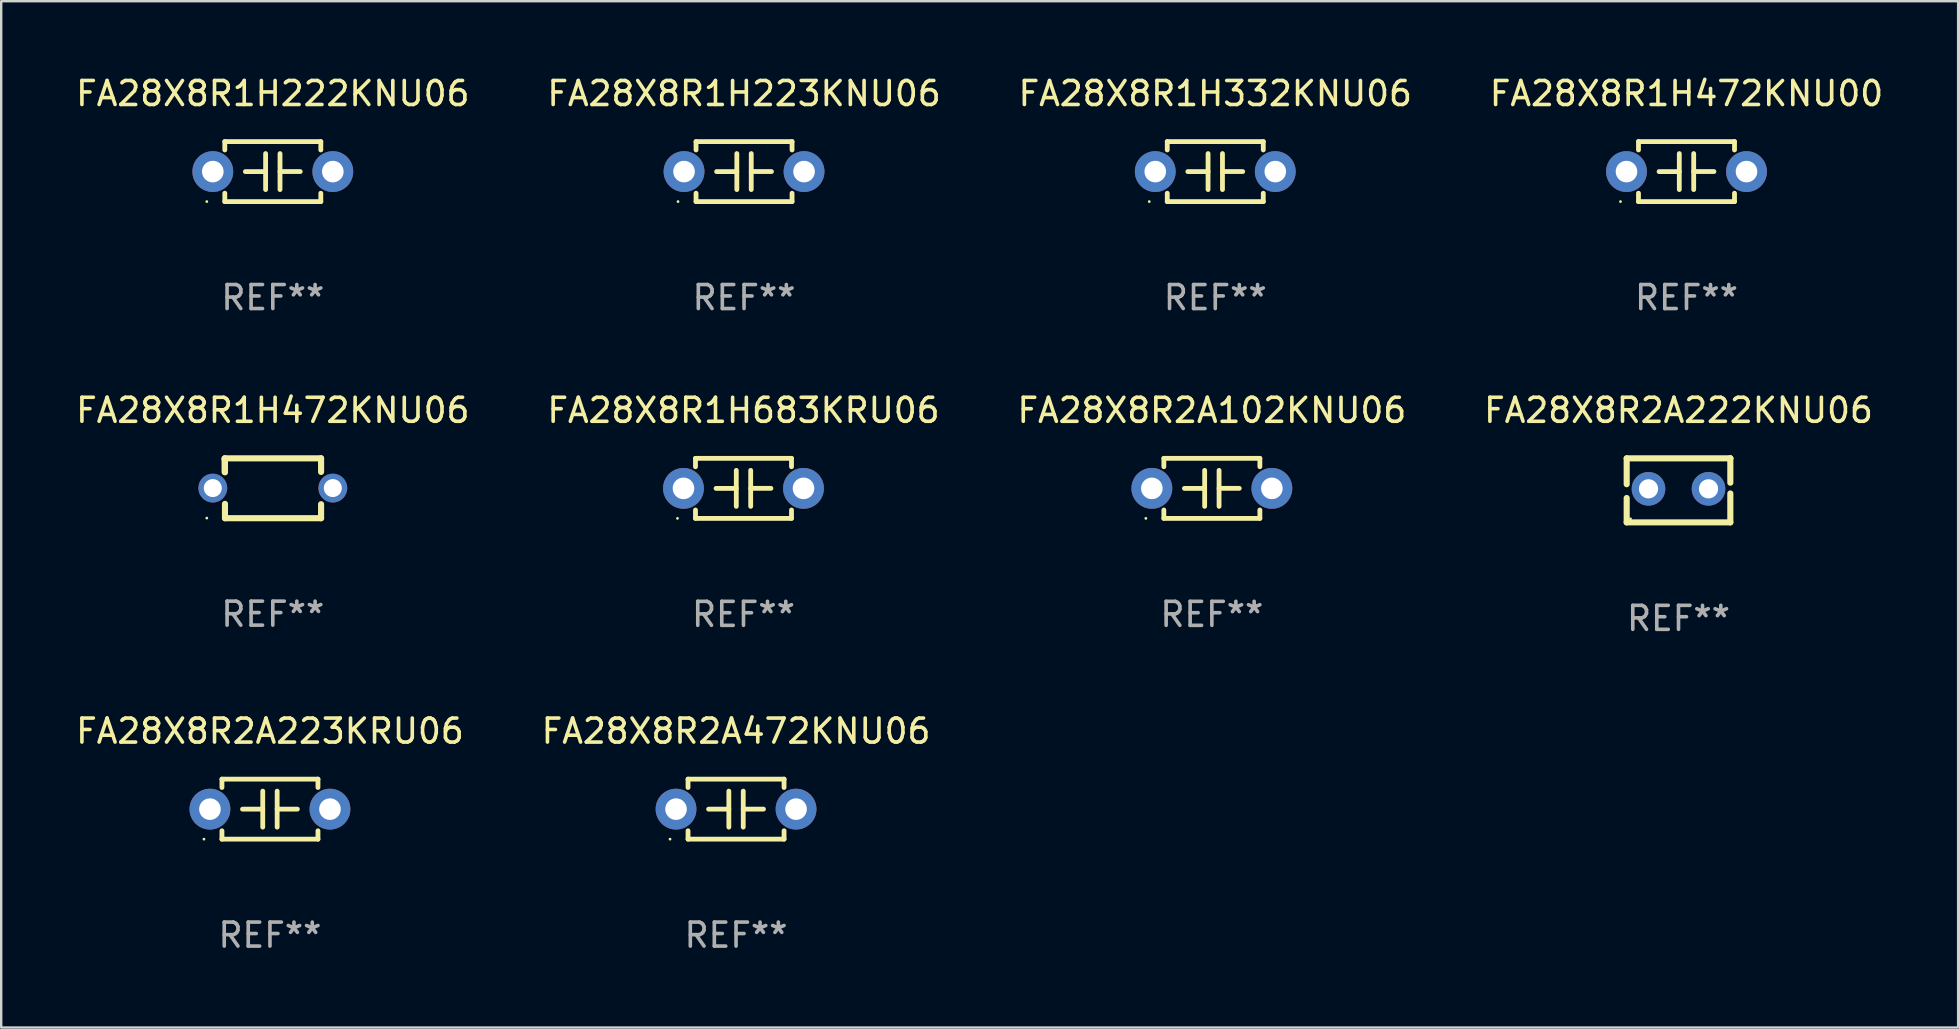
<source format=kicad_pcb>
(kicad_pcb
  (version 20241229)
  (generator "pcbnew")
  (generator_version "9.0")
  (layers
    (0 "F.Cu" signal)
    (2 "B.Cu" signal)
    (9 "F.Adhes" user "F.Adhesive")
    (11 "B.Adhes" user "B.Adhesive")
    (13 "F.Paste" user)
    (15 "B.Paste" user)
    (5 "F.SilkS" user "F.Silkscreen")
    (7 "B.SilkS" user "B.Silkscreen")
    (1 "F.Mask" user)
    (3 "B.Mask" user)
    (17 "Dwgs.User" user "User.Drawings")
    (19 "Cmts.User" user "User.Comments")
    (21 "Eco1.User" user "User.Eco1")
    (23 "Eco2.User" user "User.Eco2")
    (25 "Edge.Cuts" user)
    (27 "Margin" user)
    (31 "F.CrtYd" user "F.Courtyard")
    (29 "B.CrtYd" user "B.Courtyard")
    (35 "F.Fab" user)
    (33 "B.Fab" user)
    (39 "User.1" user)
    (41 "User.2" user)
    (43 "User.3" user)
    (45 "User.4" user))
  (footprint "FA28X8R2A223KRU06"
    (layer "F.Cu")
    (at 8.196 30.658)
    (property "Reference" "FA28X8R2A223KRU06" (at 0 -3.25 0) (layer "F.SilkS") (effects (font (size 1 1) (thickness 0.15))))
    (attr through_hole)
    (fp_line (start -2 -1.25) (end -2 -0.901) (stroke (width 0.2) (type solid)) (layer "F.SilkS"))
    (fp_line (start -2 -1.25) (end 2 -1.25) (stroke (width 0.2) (type solid)) (layer "F.SilkS"))
    (fp_line (start -2 0.901) (end -2 1.25) (stroke (width 0.2) (type solid)) (layer "F.SilkS"))
    (fp_line (start -0.3 -0.75) (end -0.3 0.75) (stroke (width 0.2) (type solid)) (layer "F.SilkS"))
    (fp_line (start -0.3 0.001) (end -1.143 0.001) (stroke (width 0.2) (type solid)) (layer "F.SilkS"))
    (fp_line (start 0.3 -0.001) (end 1.143 -0.001) (stroke (width 0.2) (type solid)) (layer "F.SilkS"))
    (fp_line (start 0.3 0.75) (end 0.3 -0.75) (stroke (width 0.2) (type solid)) (layer "F.SilkS"))
    (fp_line (start 2 -1.25) (end 2 -0.901) (stroke (width 0.2) (type solid)) (layer "F.SilkS"))
    (fp_line (start 2 0.901) (end 2 1.25) (stroke (width 0.2) (type solid)) (layer "F.SilkS"))
    (fp_line (start 2 1.25) (end -2 1.25) (stroke (width 0.2) (type solid)) (layer "F.SilkS"))
    (fp_circle (center -2.75 1.25) (end -2.72 1.25) (stroke (width 0.06) (type solid)) (fill no) (layer "F.SilkS"))
    (fp_text user "REF**" (at 0 5.25 0) (layer "F.Fab") (effects (font (size 1 1) (thickness 0.15))))
    (pad "1" thru_hole circle (at -2.5 0) (size 1.7 1.7) (drill 0.9) (layers "*.Cu" "*.Mask"))
    (pad "2" thru_hole circle (at 2.5 0) (size 1.7 1.7) (drill 0.9) (layers "*.Cu" "*.Mask")))
  (footprint "FA28X8R1H472KNU00"
    (layer "F.Cu")
    (at 67.208 4.098)
    (property "Reference" "FA28X8R1H472KNU00" (at 0 -3.25 0) (layer "F.SilkS") (effects (font (size 1 1) (thickness 0.15))))
    (attr through_hole)
    (fp_line (start -2 -1.25) (end -2 -0.901) (stroke (width 0.2) (type solid)) (layer "F.SilkS"))
    (fp_line (start -2 -1.25) (end 2 -1.25) (stroke (width 0.2) (type solid)) (layer "F.SilkS"))
    (fp_line (start -2 0.901) (end -2 1.25) (stroke (width 0.2) (type solid)) (layer "F.SilkS"))
    (fp_line (start -0.3 -0.75) (end -0.3 0.75) (stroke (width 0.2) (type solid)) (layer "F.SilkS"))
    (fp_line (start -0.3 0.001) (end -1.143 0.001) (stroke (width 0.2) (type solid)) (layer "F.SilkS"))
    (fp_line (start 0.3 -0.001) (end 1.143 -0.001) (stroke (width 0.2) (type solid)) (layer "F.SilkS"))
    (fp_line (start 0.3 0.75) (end 0.3 -0.75) (stroke (width 0.2) (type solid)) (layer "F.SilkS"))
    (fp_line (start 2 -1.25) (end 2 -0.901) (stroke (width 0.2) (type solid)) (layer "F.SilkS"))
    (fp_line (start 2 0.901) (end 2 1.25) (stroke (width 0.2) (type solid)) (layer "F.SilkS"))
    (fp_line (start 2 1.25) (end -2 1.25) (stroke (width 0.2) (type solid)) (layer "F.SilkS"))
    (fp_circle (center -2.75 1.25) (end -2.72 1.25) (stroke (width 0.06) (type solid)) (fill no) (layer "F.SilkS"))
    (fp_text user "REF**" (at 0 5.25 0) (layer "F.Fab") (effects (font (size 1 1) (thickness 0.15))))
    (pad "1" thru_hole circle (at -2.5 0) (size 1.7 1.7) (drill 0.9) (layers "*.Cu" "*.Mask"))
    (pad "2" thru_hole circle (at 2.5 0) (size 1.7 1.7) (drill 0.9) (layers "*.Cu" "*.Mask")))
  (footprint "FA28X8R2A472KNU06"
    (layer "F.Cu")
    (at 27.613 30.658)
    (property "Reference" "FA28X8R2A472KNU06" (at 0 -3.25 0) (layer "F.SilkS") (effects (font (size 1 1) (thickness 0.15))))
    (attr through_hole)
    (fp_line (start -2 -1.25) (end -2 -0.901) (stroke (width 0.2) (type solid)) (layer "F.SilkS"))
    (fp_line (start -2 -1.25) (end 2 -1.25) (stroke (width 0.2) (type solid)) (layer "F.SilkS"))
    (fp_line (start -2 0.901) (end -2 1.25) (stroke (width 0.2) (type solid)) (layer "F.SilkS"))
    (fp_line (start -0.3 -0.75) (end -0.3 0.75) (stroke (width 0.2) (type solid)) (layer "F.SilkS"))
    (fp_line (start -0.3 0.001) (end -1.143 0.001) (stroke (width 0.2) (type solid)) (layer "F.SilkS"))
    (fp_line (start 0.3 -0.001) (end 1.143 -0.001) (stroke (width 0.2) (type solid)) (layer "F.SilkS"))
    (fp_line (start 0.3 0.75) (end 0.3 -0.75) (stroke (width 0.2) (type solid)) (layer "F.SilkS"))
    (fp_line (start 2 -1.25) (end 2 -0.901) (stroke (width 0.2) (type solid)) (layer "F.SilkS"))
    (fp_line (start 2 0.901) (end 2 1.25) (stroke (width 0.2) (type solid)) (layer "F.SilkS"))
    (fp_line (start 2 1.25) (end -2 1.25) (stroke (width 0.2) (type solid)) (layer "F.SilkS"))
    (fp_circle (center -2.75 1.25) (end -2.72 1.25) (stroke (width 0.06) (type solid)) (fill no) (layer "F.SilkS"))
    (fp_text user "REF**" (at 0 5.25 0) (layer "F.Fab") (effects (font (size 1 1) (thickness 0.15))))
    (pad "1" thru_hole circle (at -2.5 0) (size 1.7 1.7) (drill 0.9) (layers "*.Cu" "*.Mask"))
    (pad "2" thru_hole circle (at 2.5 0) (size 1.7 1.7) (drill 0.9) (layers "*.Cu" "*.Mask")))
  (footprint "FA28X8R1H222KNU06"
    (layer "F.Cu")
    (at 8.315 4.098)
    (property "Reference" "FA28X8R1H222KNU06" (at 0 -3.25 0) (layer "F.SilkS") (effects (font (size 1 1) (thickness 0.15))))
    (attr through_hole)
    (fp_line (start -2 -1.25) (end -2 -0.901) (stroke (width 0.2) (type solid)) (layer "F.SilkS"))
    (fp_line (start -2 -1.25) (end 2 -1.25) (stroke (width 0.2) (type solid)) (layer "F.SilkS"))
    (fp_line (start -2 0.901) (end -2 1.25) (stroke (width 0.2) (type solid)) (layer "F.SilkS"))
    (fp_line (start -0.3 -0.75) (end -0.3 0.75) (stroke (width 0.2) (type solid)) (layer "F.SilkS"))
    (fp_line (start -0.3 0.001) (end -1.143 0.001) (stroke (width 0.2) (type solid)) (layer "F.SilkS"))
    (fp_line (start 0.3 -0.001) (end 1.143 -0.001) (stroke (width 0.2) (type solid)) (layer "F.SilkS"))
    (fp_line (start 0.3 0.75) (end 0.3 -0.75) (stroke (width 0.2) (type solid)) (layer "F.SilkS"))
    (fp_line (start 2 -1.25) (end 2 -0.901) (stroke (width 0.2) (type solid)) (layer "F.SilkS"))
    (fp_line (start 2 0.901) (end 2 1.25) (stroke (width 0.2) (type solid)) (layer "F.SilkS"))
    (fp_line (start 2 1.25) (end -2 1.25) (stroke (width 0.2) (type solid)) (layer "F.SilkS"))
    (fp_circle (center -2.75 1.25) (end -2.72 1.25) (stroke (width 0.06) (type solid)) (fill no) (layer "F.SilkS"))
    (fp_text user "REF**" (at 0 5.25 0) (layer "F.Fab") (effects (font (size 1 1) (thickness 0.15))))
    (pad "1" thru_hole circle (at -2.5 0) (size 1.7 1.7) (drill 0.9) (layers "*.Cu" "*.Mask"))
    (pad "2" thru_hole circle (at 2.5 0) (size 1.7 1.7) (drill 0.9) (layers "*.Cu" "*.Mask")))
  (footprint "FA28X8R2A102KNU06"
    (layer "F.Cu")
    (at 47.435 17.295)
    (property "Reference" "FA28X8R2A102KNU06" (at 0 -3.25 0) (layer "F.SilkS") (effects (font (size 1 1) (thickness 0.15))))
    (attr through_hole)
    (fp_line (start -2 -1.25) (end -2 -0.901) (stroke (width 0.2) (type solid)) (layer "F.SilkS"))
    (fp_line (start -2 -1.25) (end 2 -1.25) (stroke (width 0.2) (type solid)) (layer "F.SilkS"))
    (fp_line (start -2 0.901) (end -2 1.25) (stroke (width 0.2) (type solid)) (layer "F.SilkS"))
    (fp_line (start -0.3 -0.75) (end -0.3 0.75) (stroke (width 0.2) (type solid)) (layer "F.SilkS"))
    (fp_line (start -0.3 0.001) (end -1.143 0.001) (stroke (width 0.2) (type solid)) (layer "F.SilkS"))
    (fp_line (start 0.3 -0.001) (end 1.143 -0.001) (stroke (width 0.2) (type solid)) (layer "F.SilkS"))
    (fp_line (start 0.3 0.75) (end 0.3 -0.75) (stroke (width 0.2) (type solid)) (layer "F.SilkS"))
    (fp_line (start 2 -1.25) (end 2 -0.901) (stroke (width 0.2) (type solid)) (layer "F.SilkS"))
    (fp_line (start 2 0.901) (end 2 1.25) (stroke (width 0.2) (type solid)) (layer "F.SilkS"))
    (fp_line (start 2 1.25) (end -2 1.25) (stroke (width 0.2) (type solid)) (layer "F.SilkS"))
    (fp_circle (center -2.75 1.25) (end -2.72 1.25) (stroke (width 0.06) (type solid)) (fill no) (layer "F.SilkS"))
    (fp_text user "REF**" (at 0 5.25 0) (layer "F.Fab") (effects (font (size 1 1) (thickness 0.15))))
    (pad "1" thru_hole circle (at -2.5 0) (size 1.7 1.7) (drill 0.9) (layers "*.Cu" "*.Mask"))
    (pad "2" thru_hole circle (at 2.5 0) (size 1.7 1.7) (drill 0.9) (layers "*.Cu" "*.Mask")))
  (footprint "FA28X8R1H683KRU06"
    (layer "F.Cu")
    (at 27.923 17.295)
    (property "Reference" "FA28X8R1H683KRU06" (at 0 -3.25 0) (layer "F.SilkS") (effects (font (size 1 1) (thickness 0.15))))
    (attr through_hole)
    (fp_line (start -2 -1.25) (end -2 -0.901) (stroke (width 0.2) (type solid)) (layer "F.SilkS"))
    (fp_line (start -2 -1.25) (end 2 -1.25) (stroke (width 0.2) (type solid)) (layer "F.SilkS"))
    (fp_line (start -2 0.901) (end -2 1.25) (stroke (width 0.2) (type solid)) (layer "F.SilkS"))
    (fp_line (start -0.3 -0.75) (end -0.3 0.75) (stroke (width 0.2) (type solid)) (layer "F.SilkS"))
    (fp_line (start -0.3 0.001) (end -1.143 0.001) (stroke (width 0.2) (type solid)) (layer "F.SilkS"))
    (fp_line (start 0.3 -0.001) (end 1.143 -0.001) (stroke (width 0.2) (type solid)) (layer "F.SilkS"))
    (fp_line (start 0.3 0.75) (end 0.3 -0.75) (stroke (width 0.2) (type solid)) (layer "F.SilkS"))
    (fp_line (start 2 -1.25) (end 2 -0.901) (stroke (width 0.2) (type solid)) (layer "F.SilkS"))
    (fp_line (start 2 0.901) (end 2 1.25) (stroke (width 0.2) (type solid)) (layer "F.SilkS"))
    (fp_line (start 2 1.25) (end -2 1.25) (stroke (width 0.2) (type solid)) (layer "F.SilkS"))
    (fp_circle (center -2.75 1.25) (end -2.72 1.25) (stroke (width 0.06) (type solid)) (fill no) (layer "F.SilkS"))
    (fp_text user "REF**" (at 0 5.25 0) (layer "F.Fab") (effects (font (size 1 1) (thickness 0.15))))
    (pad "1" thru_hole circle (at -2.5 0) (size 1.7 1.7) (drill 0.9) (layers "*.Cu" "*.Mask"))
    (pad "2" thru_hole circle (at 2.5 0) (size 1.7 1.7) (drill 0.9) (layers "*.Cu" "*.Mask")))
  (footprint "FA28X8R2A222KNU06"
    (layer "F.Cu")
    (at 66.875 17.378)
    (property "Reference" "FA28X8R2A222KNU06" (at 0 -3.334 0) (layer "F.SilkS") (effects (font (size 1 1) (thickness 0.15))))
    (attr through_hole)
    (fp_line (start -2.159 -1.334) (end 2.159 -1.334) (stroke (width 0.254) (type solid)) (layer "F.SilkS"))
    (fp_line (start -2.159 -0.256) (end -2.159 -1.334) (stroke (width 0.254) (type solid)) (layer "F.SilkS"))
    (fp_line (start -2.159 1.334) (end -2.159 0.318) (stroke (width 0.254) (type solid)) (layer "F.SilkS"))
    (fp_line (start 2.159 -1.334) (end 2.159 -1.334) (stroke (width 0.254) (type solid)) (layer "F.SilkS"))
    (fp_line (start 2.159 -1.334) (end 2.159 -0.318) (stroke (width 0.254) (type solid)) (layer "F.SilkS"))
    (fp_line (start 2.159 0.129) (end 2.159 1.334) (stroke (width 0.254) (type solid)) (layer "F.SilkS"))
    (fp_line (start 2.159 1.334) (end -2.159 1.334) (stroke (width 0.254) (type solid)) (layer "F.SilkS"))
    (fp_circle (center -2 1.186) (end -1.97 1.186) (stroke (width 0.06) (type solid)) (fill no) (layer "F.SilkS"))
    (fp_text user "REF**" (at 0 5.334 0) (layer "F.Fab") (effects (font (size 1 1) (thickness 0.15))))
    (pad "1" thru_hole circle (at -1.25 -0.064) (size 1.4 1.4) (drill 0.8) (layers "*.Cu" "*.Mask"))
    (pad "2" thru_hole circle (at 1.25 -0.064) (size 1.4 1.4) (drill 0.8) (layers "*.Cu" "*.Mask")))
  (footprint "FA28X8R1H223KNU06"
    (layer "F.Cu")
    (at 27.946 4.098)
    (property "Reference" "FA28X8R1H223KNU06" (at 0 -3.25 0) (layer "F.SilkS") (effects (font (size 1 1) (thickness 0.15))))
    (attr through_hole)
    (fp_line (start -2 -1.25) (end -2 -0.901) (stroke (width 0.2) (type solid)) (layer "F.SilkS"))
    (fp_line (start -2 -1.25) (end 2 -1.25) (stroke (width 0.2) (type solid)) (layer "F.SilkS"))
    (fp_line (start -2 0.901) (end -2 1.25) (stroke (width 0.2) (type solid)) (layer "F.SilkS"))
    (fp_line (start -0.3 -0.75) (end -0.3 0.75) (stroke (width 0.2) (type solid)) (layer "F.SilkS"))
    (fp_line (start -0.3 0.001) (end -1.143 0.001) (stroke (width 0.2) (type solid)) (layer "F.SilkS"))
    (fp_line (start 0.3 -0.001) (end 1.143 -0.001) (stroke (width 0.2) (type solid)) (layer "F.SilkS"))
    (fp_line (start 0.3 0.75) (end 0.3 -0.75) (stroke (width 0.2) (type solid)) (layer "F.SilkS"))
    (fp_line (start 2 -1.25) (end 2 -0.901) (stroke (width 0.2) (type solid)) (layer "F.SilkS"))
    (fp_line (start 2 0.901) (end 2 1.25) (stroke (width 0.2) (type solid)) (layer "F.SilkS"))
    (fp_line (start 2 1.25) (end -2 1.25) (stroke (width 0.2) (type solid)) (layer "F.SilkS"))
    (fp_circle (center -2.75 1.25) (end -2.72 1.25) (stroke (width 0.06) (type solid)) (fill no) (layer "F.SilkS"))
    (fp_text user "REF**" (at 0 5.25 0) (layer "F.Fab") (effects (font (size 1 1) (thickness 0.15))))
    (pad "1" thru_hole circle (at -2.5 0) (size 1.7 1.7) (drill 0.9) (layers "*.Cu" "*.Mask"))
    (pad "2" thru_hole circle (at 2.5 0) (size 1.7 1.7) (drill 0.9) (layers "*.Cu" "*.Mask")))
  (footprint "FA28X8R1H472KNU06"
    (layer "F.Cu")
    (at 8.315 17.291)
    (property "Reference" "FA28X8R1H472KNU06" (at 0 -3.247 0) (layer "F.SilkS") (effects (font (size 1 1) (thickness 0.15))))
    (attr through_hole)
    (fp_line (start -2.006 -1.24) (end -1.999 -1.247) (stroke (width 0.254) (type solid)) (layer "F.SilkS"))
    (fp_line (start -2.006 -0.676) (end -2.006 -1.24) (stroke (width 0.254) (type solid)) (layer "F.SilkS"))
    (fp_line (start -1.999 -1.247) (end 2.005 -1.247) (stroke (width 0.254) (type solid)) (layer "F.SilkS"))
    (fp_line (start -1.993 -1.186) (end -2.006 -1.2) (stroke (width 0.254) (type solid)) (layer "F.SilkS"))
    (fp_line (start -1.993 -0.665) (end -1.993 -1.186) (stroke (width 0.254) (type solid)) (layer "F.SilkS"))
    (fp_line (start -1.993 1.247) (end -1.993 0.65) (stroke (width 0.254) (type solid)) (layer "F.SilkS"))
    (fp_line (start 2.005 -1.247) (end 2.011 -1.24) (stroke (width 0.254) (type solid)) (layer "F.SilkS"))
    (fp_line (start 2.011 -1.24) (end 2.011 -0.68) (stroke (width 0.254) (type solid)) (layer "F.SilkS"))
    (fp_line (start 2.011 0.664) (end 2.011 1.247) (stroke (width 0.254) (type solid)) (layer "F.SilkS"))
    (fp_line (start 2.011 1.247) (end -1.993 1.247) (stroke (width 0.254) (type solid)) (layer "F.SilkS"))
    (fp_circle (center -2.75 1.242) (end -2.72 1.242) (stroke (width 0.06) (type solid)) (fill no) (layer "F.SilkS"))
    (fp_text user "REF**" (at 0 5.247 0) (layer "F.Fab") (effects (font (size 1 1) (thickness 0.15))))
    (pad "1" thru_hole circle (at -2.5 -0.008) (size 1.2 1.2) (drill 0.75) (layers "*.Cu" "*.Mask"))
    (pad "2" thru_hole circle (at 2.5 -0.008) (size 1.2 1.2) (drill 0.75) (layers "*.Cu" "*.Mask")))
  (footprint "FA28X8R1H332KNU06"
    (layer "F.Cu")
    (at 47.577 4.098)
    (property "Reference" "FA28X8R1H332KNU06" (at 0 -3.25 0) (layer "F.SilkS") (effects (font (size 1 1) (thickness 0.15))))
    (attr through_hole)
    (fp_line (start -2 -1.25) (end -2 -0.901) (stroke (width 0.2) (type solid)) (layer "F.SilkS"))
    (fp_line (start -2 -1.25) (end 2 -1.25) (stroke (width 0.2) (type solid)) (layer "F.SilkS"))
    (fp_line (start -2 0.901) (end -2 1.25) (stroke (width 0.2) (type solid)) (layer "F.SilkS"))
    (fp_line (start -0.3 -0.75) (end -0.3 0.75) (stroke (width 0.2) (type solid)) (layer "F.SilkS"))
    (fp_line (start -0.3 0.001) (end -1.143 0.001) (stroke (width 0.2) (type solid)) (layer "F.SilkS"))
    (fp_line (start 0.3 -0.001) (end 1.143 -0.001) (stroke (width 0.2) (type solid)) (layer "F.SilkS"))
    (fp_line (start 0.3 0.75) (end 0.3 -0.75) (stroke (width 0.2) (type solid)) (layer "F.SilkS"))
    (fp_line (start 2 -1.25) (end 2 -0.901) (stroke (width 0.2) (type solid)) (layer "F.SilkS"))
    (fp_line (start 2 0.901) (end 2 1.25) (stroke (width 0.2) (type solid)) (layer "F.SilkS"))
    (fp_line (start 2 1.25) (end -2 1.25) (stroke (width 0.2) (type solid)) (layer "F.SilkS"))
    (fp_circle (center -2.75 1.25) (end -2.72 1.25) (stroke (width 0.06) (type solid)) (fill no) (layer "F.SilkS"))
    (fp_text user "REF**" (at 0 5.25 0) (layer "F.Fab") (effects (font (size 1 1) (thickness 0.15))))
    (pad "1" thru_hole circle (at -2.5 0) (size 1.7 1.7) (drill 0.9) (layers "*.Cu" "*.Mask"))
    (pad "2" thru_hole circle (at 2.5 0) (size 1.7 1.7) (drill 0.9) (layers "*.Cu" "*.Mask")))
  (gr_rect
    (start -3 -3)
    (end 78.524 39.757)
    (stroke (width 0.1) (type default))
    (fill no)
    (layer "Edge.Cuts")))
</source>
